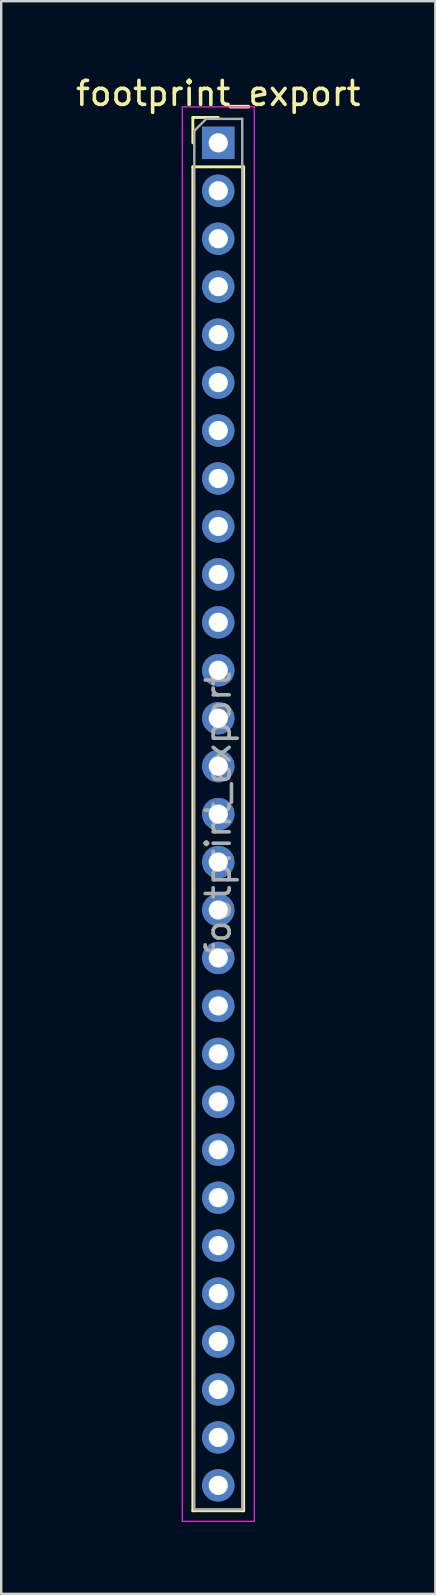
<source format=kicad_pcb>
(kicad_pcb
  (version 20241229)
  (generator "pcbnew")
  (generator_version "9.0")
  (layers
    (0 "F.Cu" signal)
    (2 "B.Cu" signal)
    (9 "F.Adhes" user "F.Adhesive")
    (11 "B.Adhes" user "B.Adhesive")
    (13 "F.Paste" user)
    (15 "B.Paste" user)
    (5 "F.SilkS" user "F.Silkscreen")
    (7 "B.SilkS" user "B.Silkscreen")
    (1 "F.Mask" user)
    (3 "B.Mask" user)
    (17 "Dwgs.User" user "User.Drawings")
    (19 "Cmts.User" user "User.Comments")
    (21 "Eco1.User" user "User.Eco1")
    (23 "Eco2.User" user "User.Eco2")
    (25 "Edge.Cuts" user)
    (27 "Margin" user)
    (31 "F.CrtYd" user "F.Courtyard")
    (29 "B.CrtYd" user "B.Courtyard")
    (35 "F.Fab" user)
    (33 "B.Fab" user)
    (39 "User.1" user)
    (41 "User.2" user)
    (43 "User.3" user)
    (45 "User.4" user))
  (footprint "footprint_export"
    (layer "F.Cu")
    (at 6.054 2.908)
    (property "Reference" "footprint_export" (at 0 -2.06 0) (layer "F.SilkS") (effects (font (size 1 1) (thickness 0.15))))
    (attr through_hole)
    (fp_line (start -1.06 -1.06) (end 0 -1.06) (stroke (width 0.12) (type solid)) (layer "F.SilkS"))
    (fp_line (start -1.06 0) (end -1.06 -1.06) (stroke (width 0.12) (type solid)) (layer "F.SilkS"))
    (fp_line (start -1.06 1) (end -1.06 57.06) (stroke (width 0.12) (type solid)) (layer "F.SilkS"))
    (fp_line (start -1.06 1) (end 1.06 1) (stroke (width 0.12) (type solid)) (layer "F.SilkS"))
    (fp_line (start -1.06 57.06) (end 1.06 57.06) (stroke (width 0.12) (type solid)) (layer "F.SilkS"))
    (fp_line (start 1.06 1) (end 1.06 57.06) (stroke (width 0.12) (type solid)) (layer "F.SilkS"))
    (fp_line (start -1.5 -1.5) (end -1.5 57.5) (stroke (width 0.05) (type solid)) (layer "F.CrtYd"))
    (fp_line (start -1.5 57.5) (end 1.5 57.5) (stroke (width 0.05) (type solid)) (layer "F.CrtYd"))
    (fp_line (start 1.5 -1.5) (end -1.5 -1.5) (stroke (width 0.05) (type solid)) (layer "F.CrtYd"))
    (fp_line (start 1.5 57.5) (end 1.5 -1.5) (stroke (width 0.05) (type solid)) (layer "F.CrtYd"))
    (fp_line (start -1 -0.5) (end -0.5 -1) (stroke (width 0.1) (type solid)) (layer "F.Fab"))
    (fp_line (start -1 57) (end -1 -0.5) (stroke (width 0.1) (type solid)) (layer "F.Fab"))
    (fp_line (start -0.5 -1) (end 1 -1) (stroke (width 0.1) (type solid)) (layer "F.Fab"))
    (fp_line (start 1 -1) (end 1 57) (stroke (width 0.1) (type solid)) (layer "F.Fab"))
    (fp_line (start 1 57) (end -1 57) (stroke (width 0.1) (type solid)) (layer "F.Fab"))
    (fp_text user "${REFERENCE}" (at 0 28 90) (layer "F.Fab") (effects (font (size 1 1) (thickness 0.15))))
    (pad "1" thru_hole rect (at 0 0) (size 1.35 1.35) (drill 0.8) (layers "*.Cu" "*.Mask"))
    (pad "2" thru_hole oval (at 0 2) (size 1.35 1.35) (drill 0.8) (layers "*.Cu" "*.Mask"))
    (pad "3" thru_hole oval (at 0 4) (size 1.35 1.35) (drill 0.8) (layers "*.Cu" "*.Mask"))
    (pad "4" thru_hole oval (at 0 6) (size 1.35 1.35) (drill 0.8) (layers "*.Cu" "*.Mask"))
    (pad "5" thru_hole oval (at 0 8) (size 1.35 1.35) (drill 0.8) (layers "*.Cu" "*.Mask"))
    (pad "6" thru_hole oval (at 0 10) (size 1.35 1.35) (drill 0.8) (layers "*.Cu" "*.Mask"))
    (pad "7" thru_hole oval (at 0 12) (size 1.35 1.35) (drill 0.8) (layers "*.Cu" "*.Mask"))
    (pad "8" thru_hole oval (at 0 14) (size 1.35 1.35) (drill 0.8) (layers "*.Cu" "*.Mask"))
    (pad "9" thru_hole oval (at 0 16) (size 1.35 1.35) (drill 0.8) (layers "*.Cu" "*.Mask"))
    (pad "10" thru_hole oval (at 0 18) (size 1.35 1.35) (drill 0.8) (layers "*.Cu" "*.Mask"))
    (pad "11" thru_hole oval (at 0 20) (size 1.35 1.35) (drill 0.8) (layers "*.Cu" "*.Mask"))
    (pad "12" thru_hole oval (at 0 22) (size 1.35 1.35) (drill 0.8) (layers "*.Cu" "*.Mask"))
    (pad "13" thru_hole oval (at 0 24) (size 1.35 1.35) (drill 0.8) (layers "*.Cu" "*.Mask"))
    (pad "14" thru_hole oval (at 0 26) (size 1.35 1.35) (drill 0.8) (layers "*.Cu" "*.Mask"))
    (pad "15" thru_hole oval (at 0 28) (size 1.35 1.35) (drill 0.8) (layers "*.Cu" "*.Mask"))
    (pad "16" thru_hole oval (at 0 30) (size 1.35 1.35) (drill 0.8) (layers "*.Cu" "*.Mask"))
    (pad "17" thru_hole oval (at 0 32) (size 1.35 1.35) (drill 0.8) (layers "*.Cu" "*.Mask"))
    (pad "18" thru_hole oval (at 0 34) (size 1.35 1.35) (drill 0.8) (layers "*.Cu" "*.Mask"))
    (pad "19" thru_hole oval (at 0 36) (size 1.35 1.35) (drill 0.8) (layers "*.Cu" "*.Mask"))
    (pad "20" thru_hole oval (at 0 38) (size 1.35 1.35) (drill 0.8) (layers "*.Cu" "*.Mask"))
    (pad "21" thru_hole oval (at 0 40) (size 1.35 1.35) (drill 0.8) (layers "*.Cu" "*.Mask"))
    (pad "22" thru_hole oval (at 0 42) (size 1.35 1.35) (drill 0.8) (layers "*.Cu" "*.Mask"))
    (pad "23" thru_hole oval (at 0 44) (size 1.35 1.35) (drill 0.8) (layers "*.Cu" "*.Mask"))
    (pad "24" thru_hole oval (at 0 46) (size 1.35 1.35) (drill 0.8) (layers "*.Cu" "*.Mask"))
    (pad "25" thru_hole oval (at 0 48) (size 1.35 1.35) (drill 0.8) (layers "*.Cu" "*.Mask"))
    (pad "26" thru_hole oval (at 0 50) (size 1.35 1.35) (drill 0.8) (layers "*.Cu" "*.Mask"))
    (pad "27" thru_hole oval (at 0 52) (size 1.35 1.35) (drill 0.8) (layers "*.Cu" "*.Mask"))
    (pad "28" thru_hole oval (at 0 54) (size 1.35 1.35) (drill 0.8) (layers "*.Cu" "*.Mask"))
    (pad "29" thru_hole oval (at 0 56) (size 1.35 1.35) (drill 0.8) (layers "*.Cu" "*.Mask")))
  (gr_rect
    (start -3 -3)
    (end 15.107 63.433)
    (stroke (width 0.1) (type default))
    (fill no)
    (layer "Edge.Cuts")))
</source>
